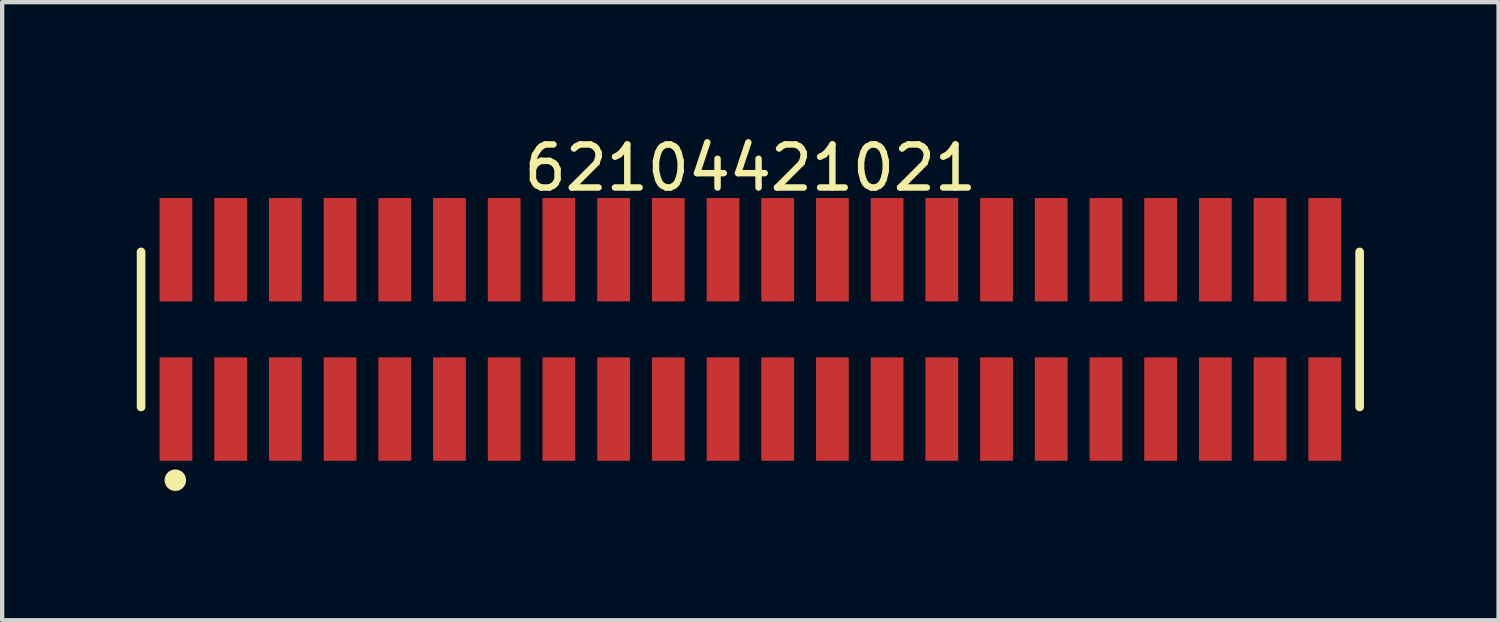
<source format=kicad_pcb>
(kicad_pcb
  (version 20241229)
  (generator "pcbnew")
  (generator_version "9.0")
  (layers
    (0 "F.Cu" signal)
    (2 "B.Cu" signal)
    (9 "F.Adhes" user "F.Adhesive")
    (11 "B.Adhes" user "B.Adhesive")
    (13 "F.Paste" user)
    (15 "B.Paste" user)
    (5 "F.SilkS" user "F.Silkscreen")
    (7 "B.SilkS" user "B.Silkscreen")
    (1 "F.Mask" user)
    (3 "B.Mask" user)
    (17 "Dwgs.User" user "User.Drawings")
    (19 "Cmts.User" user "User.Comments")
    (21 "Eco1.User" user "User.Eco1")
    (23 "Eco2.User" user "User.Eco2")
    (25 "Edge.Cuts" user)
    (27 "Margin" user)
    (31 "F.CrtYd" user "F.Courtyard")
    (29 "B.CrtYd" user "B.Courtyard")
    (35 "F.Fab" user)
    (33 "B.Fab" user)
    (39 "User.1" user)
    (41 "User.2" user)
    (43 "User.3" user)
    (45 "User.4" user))
  (footprint "62104421021"
    (layer "F.Cu")
    (at 14.37 4.598)
    (property "Reference" "62104421021" (at 0 -3.75 0) (layer "F.SilkS") (effects (font (size 1 1) (thickness 0.15))))
    (fp_line (start -14.145 1.8) (end -14.145 -1.8) (stroke (width 0.2) (type solid)) (layer "F.SilkS"))
    (fp_line (start 14.145 1.8) (end 14.145 -1.8) (stroke (width 0.2) (type solid)) (layer "F.SilkS"))
    (fp_circle (center -13.35 3.5) (end -13.35 3.375) (stroke (width 0.25) (type solid)) (fill no) (layer "F.SilkS"))
    (fp_line (start -14.345 -3.25) (end 14.345 -3.25) (stroke (width 0.05) (type solid)) (layer "Eco2.User"))
    (fp_line (start -14.345 3.25) (end -14.345 -3.25) (stroke (width 0.05) (type solid)) (layer "Eco2.User"))
    (fp_line (start -14.345 3.25) (end 14.345 3.25) (stroke (width 0.05) (type solid)) (layer "Eco2.User"))
    (fp_line (start -13.97 -1.7) (end 13.97 -1.7) (stroke (width 0.1) (type solid)) (layer "Eco2.User"))
    (fp_line (start -13.97 1.7) (end -13.97 -1.7) (stroke (width 0.1) (type solid)) (layer "Eco2.User"))
    (fp_line (start -13.97 1.7) (end 13.97 1.7) (stroke (width 0.1) (type solid)) (layer "Eco2.User"))
    (fp_line (start -13.535 -2.5) (end -13.135 -2.5) (stroke (width 0.1) (type solid)) (layer "Eco2.User"))
    (fp_line (start -13.535 -1.7) (end -13.535 -2.5) (stroke (width 0.1) (type solid)) (layer "Eco2.User"))
    (fp_line (start -13.535 2.5) (end -13.535 1.7) (stroke (width 0.1) (type solid)) (layer "Eco2.User"))
    (fp_line (start -13.535 2.5) (end -13.135 2.5) (stroke (width 0.1) (type solid)) (layer "Eco2.User"))
    (fp_line (start -13.135 -1.7) (end -13.135 -2.5) (stroke (width 0.1) (type solid)) (layer "Eco2.User"))
    (fp_line (start -13.135 2.5) (end -13.135 1.7) (stroke (width 0.1) (type solid)) (layer "Eco2.User"))
    (fp_line (start -12.265 -2.5) (end -11.865 -2.5) (stroke (width 0.1) (type solid)) (layer "Eco2.User"))
    (fp_line (start -12.265 -1.7) (end -12.265 -2.5) (stroke (width 0.1) (type solid)) (layer "Eco2.User"))
    (fp_line (start -12.265 2.5) (end -12.265 1.7) (stroke (width 0.1) (type solid)) (layer "Eco2.User"))
    (fp_line (start -12.265 2.5) (end -11.865 2.5) (stroke (width 0.1) (type solid)) (layer "Eco2.User"))
    (fp_line (start -11.865 -1.7) (end -11.865 -2.5) (stroke (width 0.1) (type solid)) (layer "Eco2.User"))
    (fp_line (start -11.865 2.5) (end -11.865 1.7) (stroke (width 0.1) (type solid)) (layer "Eco2.User"))
    (fp_line (start -10.995 -2.5) (end -10.595 -2.5) (stroke (width 0.1) (type solid)) (layer "Eco2.User"))
    (fp_line (start -10.995 -1.7) (end -10.995 -2.5) (stroke (width 0.1) (type solid)) (layer "Eco2.User"))
    (fp_line (start -10.995 2.5) (end -10.995 1.7) (stroke (width 0.1) (type solid)) (layer "Eco2.User"))
    (fp_line (start -10.995 2.5) (end -10.595 2.5) (stroke (width 0.1) (type solid)) (layer "Eco2.User"))
    (fp_line (start -10.595 -1.7) (end -10.595 -2.5) (stroke (width 0.1) (type solid)) (layer "Eco2.User"))
    (fp_line (start -10.595 2.5) (end -10.595 1.7) (stroke (width 0.1) (type solid)) (layer "Eco2.User"))
    (fp_line (start -9.725 -2.5) (end -9.325 -2.5) (stroke (width 0.1) (type solid)) (layer "Eco2.User"))
    (fp_line (start -9.725 -1.7) (end -9.725 -2.5) (stroke (width 0.1) (type solid)) (layer "Eco2.User"))
    (fp_line (start -9.725 2.5) (end -9.725 1.7) (stroke (width 0.1) (type solid)) (layer "Eco2.User"))
    (fp_line (start -9.725 2.5) (end -9.325 2.5) (stroke (width 0.1) (type solid)) (layer "Eco2.User"))
    (fp_line (start -9.325 -1.7) (end -9.325 -2.5) (stroke (width 0.1) (type solid)) (layer "Eco2.User"))
    (fp_line (start -9.325 2.5) (end -9.325 1.7) (stroke (width 0.1) (type solid)) (layer "Eco2.User"))
    (fp_line (start -8.455 -2.5) (end -8.055 -2.5) (stroke (width 0.1) (type solid)) (layer "Eco2.User"))
    (fp_line (start -8.455 -1.7) (end -8.455 -2.5) (stroke (width 0.1) (type solid)) (layer "Eco2.User"))
    (fp_line (start -8.455 2.5) (end -8.455 1.7) (stroke (width 0.1) (type solid)) (layer "Eco2.User"))
    (fp_line (start -8.455 2.5) (end -8.055 2.5) (stroke (width 0.1) (type solid)) (layer "Eco2.User"))
    (fp_line (start -8.055 -1.7) (end -8.055 -2.5) (stroke (width 0.1) (type solid)) (layer "Eco2.User"))
    (fp_line (start -8.055 2.5) (end -8.055 1.7) (stroke (width 0.1) (type solid)) (layer "Eco2.User"))
    (fp_line (start -7.185 -2.5) (end -6.785 -2.5) (stroke (width 0.1) (type solid)) (layer "Eco2.User"))
    (fp_line (start -7.185 -1.7) (end -7.185 -2.5) (stroke (width 0.1) (type solid)) (layer "Eco2.User"))
    (fp_line (start -7.185 2.5) (end -7.185 1.7) (stroke (width 0.1) (type solid)) (layer "Eco2.User"))
    (fp_line (start -7.185 2.5) (end -6.785 2.5) (stroke (width 0.1) (type solid)) (layer "Eco2.User"))
    (fp_line (start -6.785 -1.7) (end -6.785 -2.5) (stroke (width 0.1) (type solid)) (layer "Eco2.User"))
    (fp_line (start -6.785 2.5) (end -6.785 1.7) (stroke (width 0.1) (type solid)) (layer "Eco2.User"))
    (fp_line (start -5.915 -2.5) (end -5.515 -2.5) (stroke (width 0.1) (type solid)) (layer "Eco2.User"))
    (fp_line (start -5.915 -1.7) (end -5.915 -2.5) (stroke (width 0.1) (type solid)) (layer "Eco2.User"))
    (fp_line (start -5.915 2.5) (end -5.915 1.7) (stroke (width 0.1) (type solid)) (layer "Eco2.User"))
    (fp_line (start -5.915 2.5) (end -5.515 2.5) (stroke (width 0.1) (type solid)) (layer "Eco2.User"))
    (fp_line (start -5.515 -1.7) (end -5.515 -2.5) (stroke (width 0.1) (type solid)) (layer "Eco2.User"))
    (fp_line (start -5.515 2.5) (end -5.515 1.7) (stroke (width 0.1) (type solid)) (layer "Eco2.User"))
    (fp_line (start -4.645 -2.5) (end -4.245 -2.5) (stroke (width 0.1) (type solid)) (layer "Eco2.User"))
    (fp_line (start -4.645 -1.7) (end -4.645 -2.5) (stroke (width 0.1) (type solid)) (layer "Eco2.User"))
    (fp_line (start -4.645 2.5) (end -4.645 1.7) (stroke (width 0.1) (type solid)) (layer "Eco2.User"))
    (fp_line (start -4.645 2.5) (end -4.245 2.5) (stroke (width 0.1) (type solid)) (layer "Eco2.User"))
    (fp_line (start -4.245 -1.7) (end -4.245 -2.5) (stroke (width 0.1) (type solid)) (layer "Eco2.User"))
    (fp_line (start -4.245 2.5) (end -4.245 1.7) (stroke (width 0.1) (type solid)) (layer "Eco2.User"))
    (fp_line (start -3.375 -2.5) (end -2.975 -2.5) (stroke (width 0.1) (type solid)) (layer "Eco2.User"))
    (fp_line (start -3.375 -1.7) (end -3.375 -2.5) (stroke (width 0.1) (type solid)) (layer "Eco2.User"))
    (fp_line (start -3.375 2.5) (end -3.375 1.7) (stroke (width 0.1) (type solid)) (layer "Eco2.User"))
    (fp_line (start -3.375 2.5) (end -2.975 2.5) (stroke (width 0.1) (type solid)) (layer "Eco2.User"))
    (fp_line (start -2.975 -1.7) (end -2.975 -2.5) (stroke (width 0.1) (type solid)) (layer "Eco2.User"))
    (fp_line (start -2.975 2.5) (end -2.975 1.7) (stroke (width 0.1) (type solid)) (layer "Eco2.User"))
    (fp_line (start -2.105 -2.5) (end -1.705 -2.5) (stroke (width 0.1) (type solid)) (layer "Eco2.User"))
    (fp_line (start -2.105 -1.7) (end -2.105 -2.5) (stroke (width 0.1) (type solid)) (layer "Eco2.User"))
    (fp_line (start -2.105 2.5) (end -2.105 1.7) (stroke (width 0.1) (type solid)) (layer "Eco2.User"))
    (fp_line (start -2.105 2.5) (end -1.705 2.5) (stroke (width 0.1) (type solid)) (layer "Eco2.User"))
    (fp_line (start -1.705 -1.7) (end -1.705 -2.5) (stroke (width 0.1) (type solid)) (layer "Eco2.User"))
    (fp_line (start -1.705 2.5) (end -1.705 1.7) (stroke (width 0.1) (type solid)) (layer "Eco2.User"))
    (fp_line (start -0.835 -2.5) (end -0.435 -2.5) (stroke (width 0.1) (type solid)) (layer "Eco2.User"))
    (fp_line (start -0.835 -1.7) (end -0.835 -2.5) (stroke (width 0.1) (type solid)) (layer "Eco2.User"))
    (fp_line (start -0.835 2.5) (end -0.835 1.7) (stroke (width 0.1) (type solid)) (layer "Eco2.User"))
    (fp_line (start -0.835 2.5) (end -0.435 2.5) (stroke (width 0.1) (type solid)) (layer "Eco2.User"))
    (fp_line (start -0.5 0) (end 0.5 0) (stroke (width 0.05) (type solid)) (layer "Eco2.User"))
    (fp_line (start -0.435 -1.7) (end -0.435 -2.5) (stroke (width 0.1) (type solid)) (layer "Eco2.User"))
    (fp_line (start -0.435 2.5) (end -0.435 1.7) (stroke (width 0.1) (type solid)) (layer "Eco2.User"))
    (fp_line (start 0 0.5) (end 0 -0.5) (stroke (width 0.05) (type solid)) (layer "Eco2.User"))
    (fp_line (start 0.435 -2.5) (end 0.835 -2.5) (stroke (width 0.1) (type solid)) (layer "Eco2.User"))
    (fp_line (start 0.435 -1.7) (end 0.435 -2.5) (stroke (width 0.1) (type solid)) (layer "Eco2.User"))
    (fp_line (start 0.435 2.5) (end 0.435 1.7) (stroke (width 0.1) (type solid)) (layer "Eco2.User"))
    (fp_line (start 0.435 2.5) (end 0.835 2.5) (stroke (width 0.1) (type solid)) (layer "Eco2.User"))
    (fp_line (start 0.835 -1.7) (end 0.835 -2.5) (stroke (width 0.1) (type solid)) (layer "Eco2.User"))
    (fp_line (start 0.835 2.5) (end 0.835 1.7) (stroke (width 0.1) (type solid)) (layer "Eco2.User"))
    (fp_line (start 1.705 -2.5) (end 2.105 -2.5) (stroke (width 0.1) (type solid)) (layer "Eco2.User"))
    (fp_line (start 1.705 -1.7) (end 1.705 -2.5) (stroke (width 0.1) (type solid)) (layer "Eco2.User"))
    (fp_line (start 1.705 2.5) (end 1.705 1.7) (stroke (width 0.1) (type solid)) (layer "Eco2.User"))
    (fp_line (start 1.705 2.5) (end 2.105 2.5) (stroke (width 0.1) (type solid)) (layer "Eco2.User"))
    (fp_line (start 2.105 -1.7) (end 2.105 -2.5) (stroke (width 0.1) (type solid)) (layer "Eco2.User"))
    (fp_line (start 2.105 2.5) (end 2.105 1.7) (stroke (width 0.1) (type solid)) (layer "Eco2.User"))
    (fp_line (start 2.975 -2.5) (end 3.375 -2.5) (stroke (width 0.1) (type solid)) (layer "Eco2.User"))
    (fp_line (start 2.975 -1.7) (end 2.975 -2.5) (stroke (width 0.1) (type solid)) (layer "Eco2.User"))
    (fp_line (start 2.975 2.5) (end 2.975 1.7) (stroke (width 0.1) (type solid)) (layer "Eco2.User"))
    (fp_line (start 2.975 2.5) (end 3.375 2.5) (stroke (width 0.1) (type solid)) (layer "Eco2.User"))
    (fp_line (start 3.375 -1.7) (end 3.375 -2.5) (stroke (width 0.1) (type solid)) (layer "Eco2.User"))
    (fp_line (start 3.375 2.5) (end 3.375 1.7) (stroke (width 0.1) (type solid)) (layer "Eco2.User"))
    (fp_line (start 4.245 -2.5) (end 4.645 -2.5) (stroke (width 0.1) (type solid)) (layer "Eco2.User"))
    (fp_line (start 4.245 -1.7) (end 4.245 -2.5) (stroke (width 0.1) (type solid)) (layer "Eco2.User"))
    (fp_line (start 4.245 2.5) (end 4.245 1.7) (stroke (width 0.1) (type solid)) (layer "Eco2.User"))
    (fp_line (start 4.245 2.5) (end 4.645 2.5) (stroke (width 0.1) (type solid)) (layer "Eco2.User"))
    (fp_line (start 4.645 -1.7) (end 4.645 -2.5) (stroke (width 0.1) (type solid)) (layer "Eco2.User"))
    (fp_line (start 4.645 2.5) (end 4.645 1.7) (stroke (width 0.1) (type solid)) (layer "Eco2.User"))
    (fp_line (start 5.515 -2.5) (end 5.915 -2.5) (stroke (width 0.1) (type solid)) (layer "Eco2.User"))
    (fp_line (start 5.515 -1.7) (end 5.515 -2.5) (stroke (width 0.1) (type solid)) (layer "Eco2.User"))
    (fp_line (start 5.515 2.5) (end 5.515 1.7) (stroke (width 0.1) (type solid)) (layer "Eco2.User"))
    (fp_line (start 5.515 2.5) (end 5.915 2.5) (stroke (width 0.1) (type solid)) (layer "Eco2.User"))
    (fp_line (start 5.915 -1.7) (end 5.915 -2.5) (stroke (width 0.1) (type solid)) (layer "Eco2.User"))
    (fp_line (start 5.915 2.5) (end 5.915 1.7) (stroke (width 0.1) (type solid)) (layer "Eco2.User"))
    (fp_line (start 6.785 -2.5) (end 7.185 -2.5) (stroke (width 0.1) (type solid)) (layer "Eco2.User"))
    (fp_line (start 6.785 -1.7) (end 6.785 -2.5) (stroke (width 0.1) (type solid)) (layer "Eco2.User"))
    (fp_line (start 6.785 2.5) (end 6.785 1.7) (stroke (width 0.1) (type solid)) (layer "Eco2.User"))
    (fp_line (start 6.785 2.5) (end 7.185 2.5) (stroke (width 0.1) (type solid)) (layer "Eco2.User"))
    (fp_line (start 7.185 -1.7) (end 7.185 -2.5) (stroke (width 0.1) (type solid)) (layer "Eco2.User"))
    (fp_line (start 7.185 2.5) (end 7.185 1.7) (stroke (width 0.1) (type solid)) (layer "Eco2.User"))
    (fp_line (start 8.055 -2.5) (end 8.455 -2.5) (stroke (width 0.1) (type solid)) (layer "Eco2.User"))
    (fp_line (start 8.055 -1.7) (end 8.055 -2.5) (stroke (width 0.1) (type solid)) (layer "Eco2.User"))
    (fp_line (start 8.055 2.5) (end 8.055 1.7) (stroke (width 0.1) (type solid)) (layer "Eco2.User"))
    (fp_line (start 8.055 2.5) (end 8.455 2.5) (stroke (width 0.1) (type solid)) (layer "Eco2.User"))
    (fp_line (start 8.455 -1.7) (end 8.455 -2.5) (stroke (width 0.1) (type solid)) (layer "Eco2.User"))
    (fp_line (start 8.455 2.5) (end 8.455 1.7) (stroke (width 0.1) (type solid)) (layer "Eco2.User"))
    (fp_line (start 9.325 -2.5) (end 9.725 -2.5) (stroke (width 0.1) (type solid)) (layer "Eco2.User"))
    (fp_line (start 9.325 -1.7) (end 9.325 -2.5) (stroke (width 0.1) (type solid)) (layer "Eco2.User"))
    (fp_line (start 9.325 2.5) (end 9.325 1.7) (stroke (width 0.1) (type solid)) (layer "Eco2.User"))
    (fp_line (start 9.325 2.5) (end 9.725 2.5) (stroke (width 0.1) (type solid)) (layer "Eco2.User"))
    (fp_line (start 9.725 -1.7) (end 9.725 -2.5) (stroke (width 0.1) (type solid)) (layer "Eco2.User"))
    (fp_line (start 9.725 2.5) (end 9.725 1.7) (stroke (width 0.1) (type solid)) (layer "Eco2.User"))
    (fp_line (start 10.595 -2.5) (end 10.995 -2.5) (stroke (width 0.1) (type solid)) (layer "Eco2.User"))
    (fp_line (start 10.595 -1.7) (end 10.595 -2.5) (stroke (width 0.1) (type solid)) (layer "Eco2.User"))
    (fp_line (start 10.595 2.5) (end 10.595 1.7) (stroke (width 0.1) (type solid)) (layer "Eco2.User"))
    (fp_line (start 10.595 2.5) (end 10.995 2.5) (stroke (width 0.1) (type solid)) (layer "Eco2.User"))
    (fp_line (start 10.995 -1.7) (end 10.995 -2.5) (stroke (width 0.1) (type solid)) (layer "Eco2.User"))
    (fp_line (start 10.995 2.5) (end 10.995 1.7) (stroke (width 0.1) (type solid)) (layer "Eco2.User"))
    (fp_line (start 11.865 -2.5) (end 12.265 -2.5) (stroke (width 0.1) (type solid)) (layer "Eco2.User"))
    (fp_line (start 11.865 -1.7) (end 11.865 -2.5) (stroke (width 0.1) (type solid)) (layer "Eco2.User"))
    (fp_line (start 11.865 2.5) (end 11.865 1.7) (stroke (width 0.1) (type solid)) (layer "Eco2.User"))
    (fp_line (start 11.865 2.5) (end 12.265 2.5) (stroke (width 0.1) (type solid)) (layer "Eco2.User"))
    (fp_line (start 12.265 -1.7) (end 12.265 -2.5) (stroke (width 0.1) (type solid)) (layer "Eco2.User"))
    (fp_line (start 12.265 2.5) (end 12.265 1.7) (stroke (width 0.1) (type solid)) (layer "Eco2.User"))
    (fp_line (start 13.135 -2.5) (end 13.535 -2.5) (stroke (width 0.1) (type solid)) (layer "Eco2.User"))
    (fp_line (start 13.135 -1.7) (end 13.135 -2.5) (stroke (width 0.1) (type solid)) (layer "Eco2.User"))
    (fp_line (start 13.135 2.5) (end 13.135 1.7) (stroke (width 0.1) (type solid)) (layer "Eco2.User"))
    (fp_line (start 13.135 2.5) (end 13.535 2.5) (stroke (width 0.1) (type solid)) (layer "Eco2.User"))
    (fp_line (start 13.535 -1.7) (end 13.535 -2.5) (stroke (width 0.1) (type solid)) (layer "Eco2.User"))
    (fp_line (start 13.535 2.5) (end 13.535 1.7) (stroke (width 0.1) (type solid)) (layer "Eco2.User"))
    (fp_line (start 13.97 1.7) (end 13.97 -1.7) (stroke (width 0.1) (type solid)) (layer "Eco2.User"))
    (fp_line (start 14.345 3.25) (end 14.345 -3.25) (stroke (width 0.05) (type solid)) (layer "Eco2.User"))
    (fp_text user "${REFERENCE}" (at 0.07 -0.092 0) (unlocked yes) (layer "User.3") (effects (font (size 0.7 0.7) (thickness 0.07))))
    (pad "1" smd rect (at -13.335 1.85) (size 0.76 2.4) (layers "F.Cu" "F.Mask" "F.Paste"))
    (pad "2" smd rect (at -13.335 -1.85) (size 0.76 2.4) (layers "F.Cu" "F.Mask" "F.Paste"))
    (pad "3" smd rect (at -12.065 1.85) (size 0.76 2.4) (layers "F.Cu" "F.Mask" "F.Paste"))
    (pad "4" smd rect (at -12.065 -1.85) (size 0.76 2.4) (layers "F.Cu" "F.Mask" "F.Paste"))
    (pad "5" smd rect (at -10.795 1.85) (size 0.76 2.4) (layers "F.Cu" "F.Mask" "F.Paste"))
    (pad "6" smd rect (at -10.795 -1.85) (size 0.76 2.4) (layers "F.Cu" "F.Mask" "F.Paste"))
    (pad "7" smd rect (at -9.525 1.85) (size 0.76 2.4) (layers "F.Cu" "F.Mask" "F.Paste"))
    (pad "8" smd rect (at -9.525 -1.85) (size 0.76 2.4) (layers "F.Cu" "F.Mask" "F.Paste"))
    (pad "9" smd rect (at -8.255 1.85) (size 0.76 2.4) (layers "F.Cu" "F.Mask" "F.Paste"))
    (pad "10" smd rect (at -8.255 -1.85) (size 0.76 2.4) (layers "F.Cu" "F.Mask" "F.Paste"))
    (pad "11" smd rect (at -6.985 1.85) (size 0.76 2.4) (layers "F.Cu" "F.Mask" "F.Paste"))
    (pad "12" smd rect (at -6.985 -1.85) (size 0.76 2.4) (layers "F.Cu" "F.Mask" "F.Paste"))
    (pad "13" smd rect (at -5.715 1.85) (size 0.76 2.4) (layers "F.Cu" "F.Mask" "F.Paste"))
    (pad "14" smd rect (at -5.715 -1.85) (size 0.76 2.4) (layers "F.Cu" "F.Mask" "F.Paste"))
    (pad "15" smd rect (at -4.445 1.85) (size 0.76 2.4) (layers "F.Cu" "F.Mask" "F.Paste"))
    (pad "16" smd rect (at -4.445 -1.85) (size 0.76 2.4) (layers "F.Cu" "F.Mask" "F.Paste"))
    (pad "17" smd rect (at -3.175 1.85) (size 0.76 2.4) (layers "F.Cu" "F.Mask" "F.Paste"))
    (pad "18" smd rect (at -3.175 -1.85) (size 0.76 2.4) (layers "F.Cu" "F.Mask" "F.Paste"))
    (pad "19" smd rect (at -1.905 1.85) (size 0.76 2.4) (layers "F.Cu" "F.Mask" "F.Paste"))
    (pad "20" smd rect (at -1.905 -1.85) (size 0.76 2.4) (layers "F.Cu" "F.Mask" "F.Paste"))
    (pad "21" smd rect (at -0.635 1.85) (size 0.76 2.4) (layers "F.Cu" "F.Mask" "F.Paste"))
    (pad "22" smd rect (at -0.635 -1.85) (size 0.76 2.4) (layers "F.Cu" "F.Mask" "F.Paste"))
    (pad "23" smd rect (at 0.635 1.85) (size 0.76 2.4) (layers "F.Cu" "F.Mask" "F.Paste"))
    (pad "24" smd rect (at 0.635 -1.85) (size 0.76 2.4) (layers "F.Cu" "F.Mask" "F.Paste"))
    (pad "25" smd rect (at 1.905 1.85) (size 0.76 2.4) (layers "F.Cu" "F.Mask" "F.Paste"))
    (pad "26" smd rect (at 1.905 -1.85) (size 0.76 2.4) (layers "F.Cu" "F.Mask" "F.Paste"))
    (pad "27" smd rect (at 3.175 1.85) (size 0.76 2.4) (layers "F.Cu" "F.Mask" "F.Paste"))
    (pad "28" smd rect (at 3.175 -1.85) (size 0.76 2.4) (layers "F.Cu" "F.Mask" "F.Paste"))
    (pad "29" smd rect (at 4.445 1.85) (size 0.76 2.4) (layers "F.Cu" "F.Mask" "F.Paste"))
    (pad "30" smd rect (at 4.445 -1.85) (size 0.76 2.4) (layers "F.Cu" "F.Mask" "F.Paste"))
    (pad "31" smd rect (at 5.715 1.85) (size 0.76 2.4) (layers "F.Cu" "F.Mask" "F.Paste"))
    (pad "32" smd rect (at 5.715 -1.85) (size 0.76 2.4) (layers "F.Cu" "F.Mask" "F.Paste"))
    (pad "33" smd rect (at 6.985 1.85) (size 0.76 2.4) (layers "F.Cu" "F.Mask" "F.Paste"))
    (pad "34" smd rect (at 6.985 -1.85) (size 0.76 2.4) (layers "F.Cu" "F.Mask" "F.Paste"))
    (pad "35" smd rect (at 8.255 1.85) (size 0.76 2.4) (layers "F.Cu" "F.Mask" "F.Paste"))
    (pad "36" smd rect (at 8.255 -1.85) (size 0.76 2.4) (layers "F.Cu" "F.Mask" "F.Paste"))
    (pad "37" smd rect (at 9.525 1.85) (size 0.76 2.4) (layers "F.Cu" "F.Mask" "F.Paste"))
    (pad "38" smd rect (at 9.525 -1.85) (size 0.76 2.4) (layers "F.Cu" "F.Mask" "F.Paste"))
    (pad "39" smd rect (at 10.795 1.85) (size 0.76 2.4) (layers "F.Cu" "F.Mask" "F.Paste"))
    (pad "40" smd rect (at 10.795 -1.85) (size 0.76 2.4) (layers "F.Cu" "F.Mask" "F.Paste"))
    (pad "41" smd rect (at 12.065 1.85) (size 0.76 2.4) (layers "F.Cu" "F.Mask" "F.Paste"))
    (pad "42" smd rect (at 12.065 -1.85) (size 0.76 2.4) (layers "F.Cu" "F.Mask" "F.Paste"))
    (pad "43" smd rect (at 13.335 1.85) (size 0.76 2.4) (layers "F.Cu" "F.Mask" "F.Paste"))
    (pad "44" smd rect (at 13.335 -1.85) (size 0.76 2.4) (layers "F.Cu" "F.Mask" "F.Paste")))
  (gr_rect
    (start -3 -3)
    (end 31.74 11.348)
    (stroke (width 0.1) (type default))
    (fill no)
    (layer "Edge.Cuts")))
</source>
